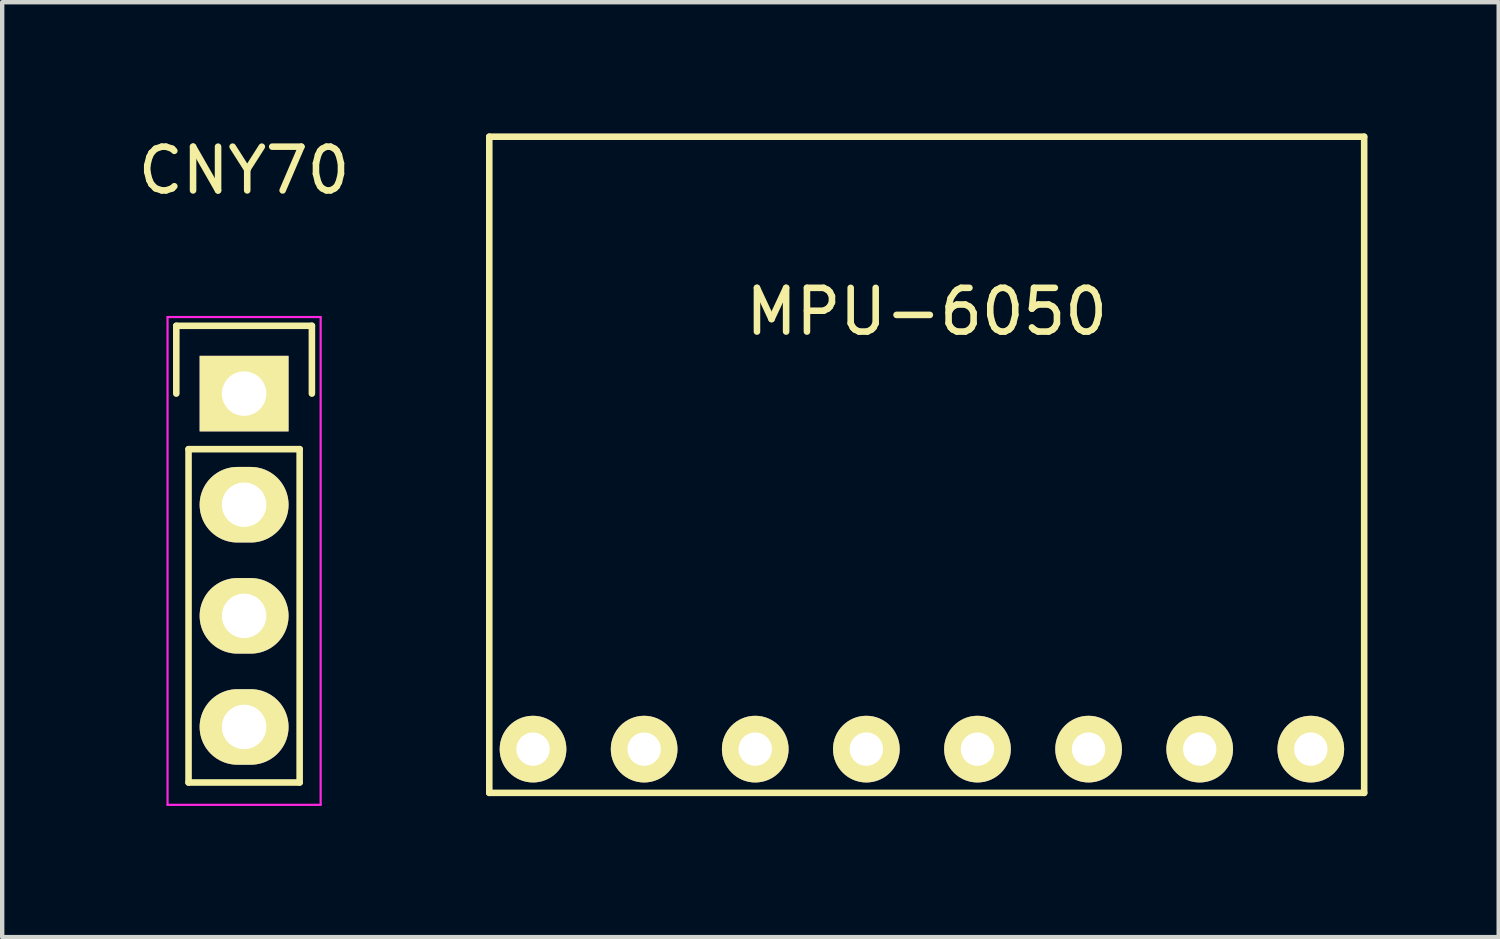
<source format=kicad_pcb>
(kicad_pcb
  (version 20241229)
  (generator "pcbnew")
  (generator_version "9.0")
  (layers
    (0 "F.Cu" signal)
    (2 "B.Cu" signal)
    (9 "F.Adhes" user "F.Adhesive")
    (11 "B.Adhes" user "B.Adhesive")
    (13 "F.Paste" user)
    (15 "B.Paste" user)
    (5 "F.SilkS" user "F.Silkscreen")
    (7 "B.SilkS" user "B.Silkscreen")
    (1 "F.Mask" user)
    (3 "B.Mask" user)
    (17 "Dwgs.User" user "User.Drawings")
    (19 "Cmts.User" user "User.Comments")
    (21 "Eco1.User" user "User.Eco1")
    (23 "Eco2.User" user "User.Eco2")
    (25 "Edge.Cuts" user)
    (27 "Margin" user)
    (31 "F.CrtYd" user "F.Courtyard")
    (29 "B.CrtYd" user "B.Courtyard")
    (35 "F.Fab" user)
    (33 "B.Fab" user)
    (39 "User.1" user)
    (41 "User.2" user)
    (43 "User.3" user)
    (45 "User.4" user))
  (footprint "MPU-6050"
    (layer "F.Cu")
    (at 9.135 14.075)
    (property "Reference" "MPU-6050" (at 9 -10 0) (layer "F.SilkS") (effects (font (size 1 1) (thickness 0.15))))
    (attr through_hole)
    (fp_line (start -1 -14) (end -1 1) (stroke (width 0.15) (type solid)) (layer "F.SilkS"))
    (fp_line (start -1 1) (end 19 1) (stroke (width 0.15) (type solid)) (layer "F.SilkS"))
    (fp_line (start 19 -14) (end -1 -14) (stroke (width 0.15) (type solid)) (layer "F.SilkS"))
    (fp_line (start 19 1) (end 19 -14) (stroke (width 0.15) (type solid)) (layer "F.SilkS"))
    (pad "1" thru_hole circle (at 0 0) (size 1.524 1.524) (drill 0.762) (layers "*.Cu" "*.Mask" "F.SilkS"))
    (pad "2" thru_hole circle (at 2.54 0) (size 1.524 1.524) (drill 0.762) (layers "*.Cu" "*.Mask" "F.SilkS"))
    (pad "3" thru_hole circle (at 5.08 0) (size 1.524 1.524) (drill 0.762) (layers "*.Cu" "*.Mask" "F.SilkS"))
    (pad "4" thru_hole circle (at 7.62 0) (size 1.524 1.524) (drill 0.762) (layers "*.Cu" "*.Mask" "F.SilkS"))
    (pad "5" thru_hole circle (at 10.16 0) (size 1.524 1.524) (drill 0.762) (layers "*.Cu" "*.Mask" "F.SilkS"))
    (pad "6" thru_hole circle (at 12.7 0) (size 1.524 1.524) (drill 0.762) (layers "*.Cu" "*.Mask" "F.SilkS"))
    (pad "7" thru_hole circle (at 15.24 0) (size 1.524 1.524) (drill 0.762) (layers "*.Cu" "*.Mask" "F.SilkS"))
    (pad "8" thru_hole circle (at 17.78 0) (size 1.524 1.524) (drill 0.762) (layers "*.Cu" "*.Mask" "F.SilkS")))
  (footprint "CNY70"
    (layer "F.Cu")
    (at 2.53 5.948)
    (property "Reference" "CNY70" (at 0 -5.1 0) (layer "F.SilkS") (effects (font (size 1 1) (thickness 0.15))))
    (attr through_hole)
    (fp_line (start -1.55 -1.55) (end 1.55 -1.55) (stroke (width 0.15) (type solid)) (layer "F.SilkS"))
    (fp_line (start -1.55 0) (end -1.55 -1.55) (stroke (width 0.15) (type solid)) (layer "F.SilkS"))
    (fp_line (start -1.27 1.27) (end -1.27 8.89) (stroke (width 0.15) (type solid)) (layer "F.SilkS"))
    (fp_line (start -1.27 8.89) (end 1.27 8.89) (stroke (width 0.15) (type solid)) (layer "F.SilkS"))
    (fp_line (start 1.27 1.27) (end -1.27 1.27) (stroke (width 0.15) (type solid)) (layer "F.SilkS"))
    (fp_line (start 1.27 1.27) (end 1.27 8.89) (stroke (width 0.15) (type solid)) (layer "F.SilkS"))
    (fp_line (start 1.55 -1.55) (end 1.55 0) (stroke (width 0.15) (type solid)) (layer "F.SilkS"))
    (fp_line (start -1.75 -1.75) (end -1.75 9.4) (stroke (width 0.05) (type solid)) (layer "F.CrtYd"))
    (fp_line (start -1.75 -1.75) (end 1.75 -1.75) (stroke (width 0.05) (type solid)) (layer "F.CrtYd"))
    (fp_line (start -1.75 9.4) (end 1.75 9.4) (stroke (width 0.05) (type solid)) (layer "F.CrtYd"))
    (fp_line (start 1.75 -1.75) (end 1.75 9.4) (stroke (width 0.05) (type solid)) (layer "F.CrtYd"))
    (pad "1" thru_hole rect (at 0 0) (size 2.032 1.727) (drill 1.016) (layers "*.Cu" "*.Mask" "F.SilkS"))
    (pad "2" thru_hole oval (at 0 2.54) (size 2.032 1.727) (drill 1.016) (layers "*.Cu" "*.Mask" "F.SilkS"))
    (pad "3" thru_hole oval (at 0 5.08) (size 2.032 1.727) (drill 1.016) (layers "*.Cu" "*.Mask" "F.SilkS"))
    (pad "4" thru_hole oval (at 0 7.62) (size 2.032 1.727) (drill 1.016) (layers "*.Cu" "*.Mask" "F.SilkS")))
  (gr_rect
    (start -3 -3)
    (end 31.21 18.373)
    (stroke (width 0.1) (type default))
    (fill no)
    (layer "Edge.Cuts")))
</source>
